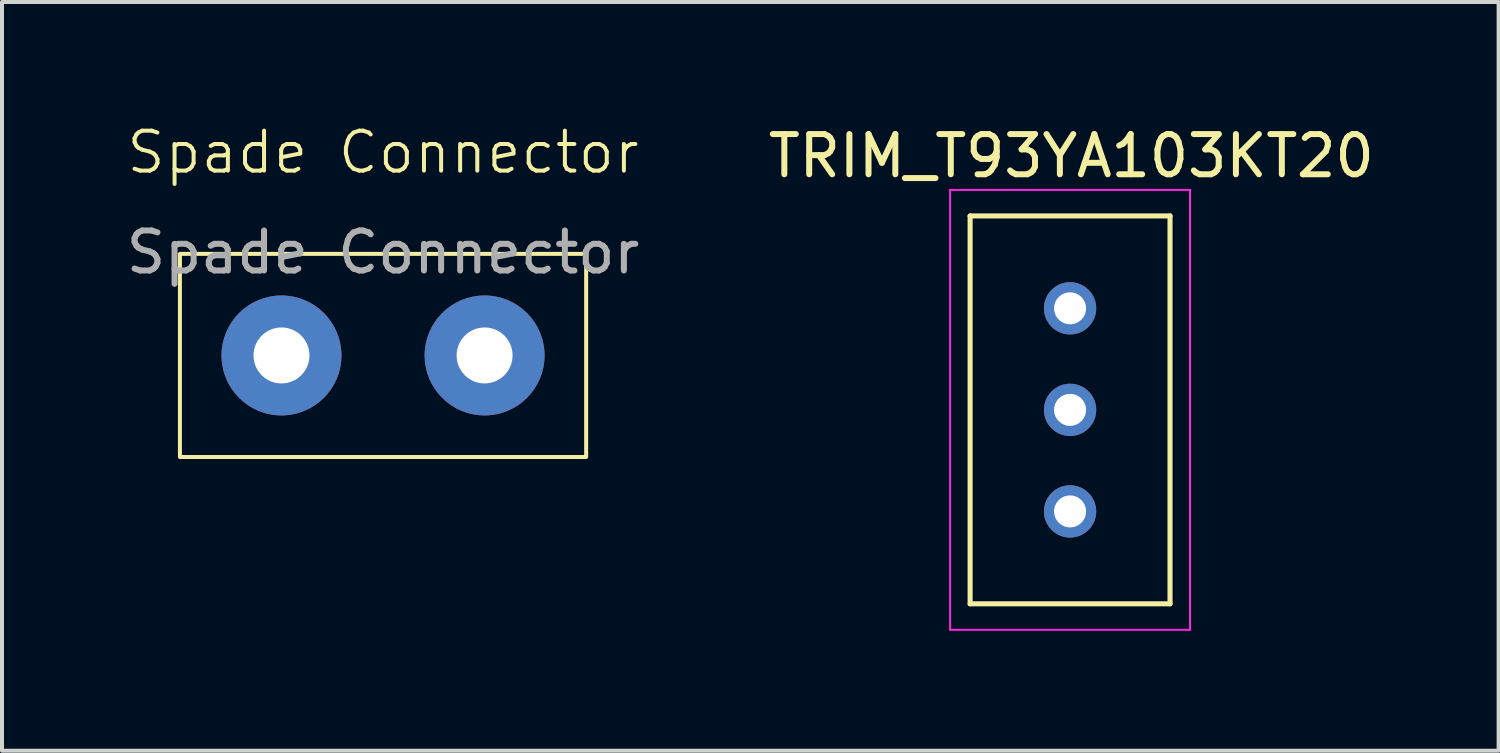
<source format=kicad_pcb>
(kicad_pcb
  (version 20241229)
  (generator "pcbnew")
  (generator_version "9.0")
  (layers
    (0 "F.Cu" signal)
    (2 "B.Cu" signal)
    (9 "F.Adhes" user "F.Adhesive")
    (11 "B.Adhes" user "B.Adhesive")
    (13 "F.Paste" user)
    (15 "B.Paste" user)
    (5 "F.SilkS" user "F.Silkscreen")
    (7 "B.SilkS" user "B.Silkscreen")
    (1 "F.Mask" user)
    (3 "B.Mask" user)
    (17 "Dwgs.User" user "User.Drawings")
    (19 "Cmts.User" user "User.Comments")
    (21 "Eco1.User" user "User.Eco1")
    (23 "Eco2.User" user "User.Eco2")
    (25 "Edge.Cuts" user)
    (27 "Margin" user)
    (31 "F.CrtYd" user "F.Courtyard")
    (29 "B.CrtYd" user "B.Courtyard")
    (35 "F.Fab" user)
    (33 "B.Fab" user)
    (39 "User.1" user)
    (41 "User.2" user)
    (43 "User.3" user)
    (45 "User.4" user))
  (footprint "TRIM_T93YA103KT20"
    (layer "F.Cu")
    (at 23.713 7.201)
    (property "Reference" "TRIM_T93YA103KT20" (at 0.032 -6.35 180) (layer "F.SilkS") (effects (font (size 1.005 1.005) (thickness 0.15))))
    (attr through_hole)
    (fp_line (start -2.5 -4.85) (end 2.5 -4.85) (stroke (width 0.127) (type solid)) (layer "F.SilkS"))
    (fp_line (start -2.5 4.85) (end -2.5 -4.85) (stroke (width 0.127) (type solid)) (layer "F.SilkS"))
    (fp_line (start 2.5 -4.85) (end 2.5 4.85) (stroke (width 0.127) (type solid)) (layer "F.SilkS"))
    (fp_line (start 2.5 4.85) (end -2.5 4.85) (stroke (width 0.127) (type solid)) (layer "F.SilkS"))
    (fp_line (start -3 -5.5) (end -3 5.5) (stroke (width 0.05) (type solid)) (layer "F.CrtYd"))
    (fp_line (start -3 5.5) (end 3 5.5) (stroke (width 0.05) (type solid)) (layer "F.CrtYd"))
    (fp_line (start 3 -5.5) (end -3 -5.5) (stroke (width 0.05) (type solid)) (layer "F.CrtYd"))
    (fp_line (start 3 5.5) (end 3 -5.5) (stroke (width 0.05) (type solid)) (layer "F.CrtYd"))
    (pad "1" thru_hole circle (at 0 -2.54) (size 1.308 1.308) (drill 0.8) (layers "*.Cu" "*.Mask"))
    (pad "2" thru_hole circle (at 0 0) (size 1.308 1.308) (drill 0.8) (layers "*.Cu" "*.Mask"))
    (pad "3" thru_hole circle (at 0 2.54) (size 1.308 1.308) (drill 0.8) (layers "*.Cu" "*.Mask")))
  (footprint "Spade Connector"
    (layer "F.Cu")
    (at 6.53 0.76)
    (property "Reference" "Spade Connector" (at 0 0 0) (unlocked yes) (layer "F.SilkS") (effects (font (size 1 1) (thickness 0.1))))
    (attr through_hole)
    (fp_rect (start -5.08 2.54) (end 5.08 7.62) (stroke (width 0.1) (type default)) (fill no) (layer "F.SilkS"))
    (fp_text user "${REFERENCE}" (at 0 2.5 0) (unlocked yes) (layer "F.Fab") (effects (font (size 1 1) (thickness 0.15))))
    (pad "1" thru_hole circle (at -2.54 5.08) (size 3 3) (drill 1.4) (layers "*.Cu" "*.Mask"))
    (pad "2" thru_hole circle (at 2.54 5.08) (size 3 3) (drill 1.4) (layers "*.Cu" "*.Mask")))
  (gr_rect
    (start -3 -3)
    (end 34.431 15.726)
    (stroke (width 0.1) (type default))
    (fill no)
    (layer "Edge.Cuts")))
</source>
